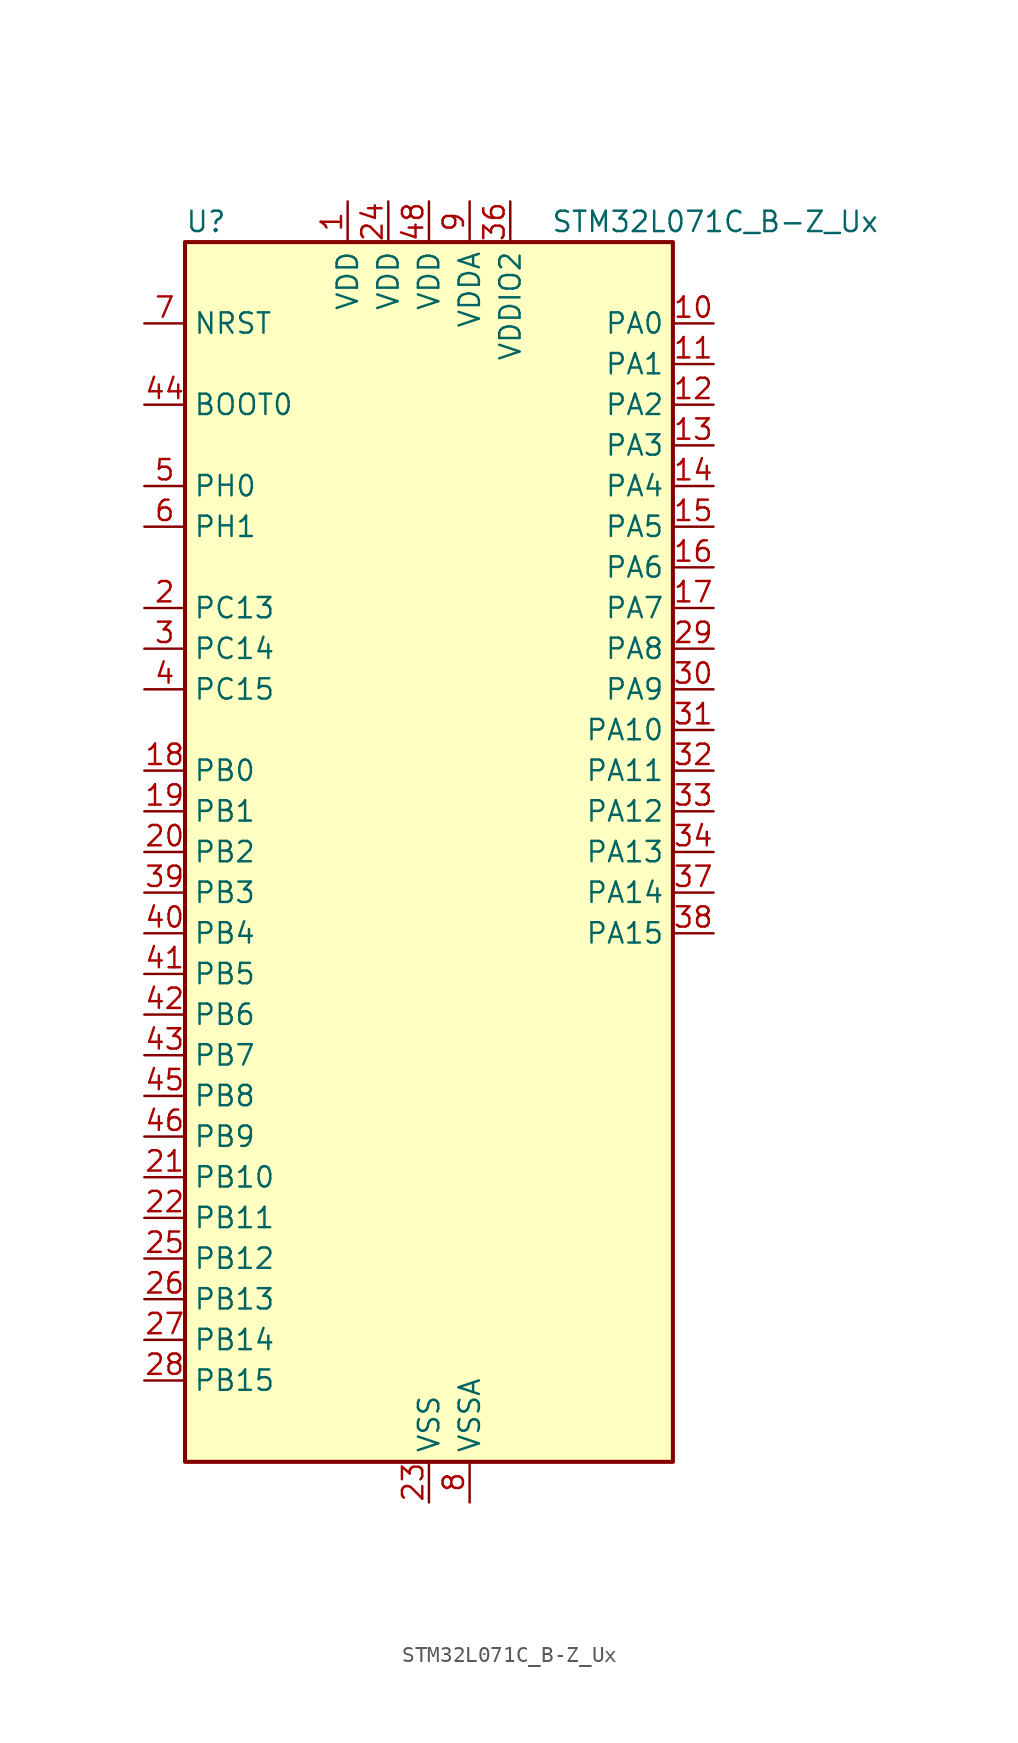
<source format=kicad_sym>
(kicad_symbol_lib
  (version 20241209)
  (generator "kicad_symbol_editor")
  (generator_version "9.0")
  (symbol "STM32L071C_B-Z_Ux"
    (property "Reference" "U"
      (at -15.24 39.37 0)
      (effects (font (size 1.27 1.27)) (justify left)))
    (property "Value" "STM32L071C_B-Z_Ux"
      (at 7.62 39.37 0)
      (effects (font (size 1.27 1.27)) (justify left)))
    (symbol "STM32L071C_B-Z_Ux_0_1"
      (rectangle (start -15.24 -38.1) (end 15.24 38.1) (stroke (width 0.254) (type default)) (fill (type background))))
    (symbol "STM32L071C_B-Z_Ux_1_1"
      (pin input line (at -17.78 33.02 0) (length 2.54) (name "NRST" (effects (font (size 1.27 1.27)))) (number "7" (effects (font (size 1.27 1.27)))))
      (pin input line (at -17.78 27.94 0) (length 2.54) (name "BOOT0" (effects (font (size 1.27 1.27)))) (number "44" (effects (font (size 1.27 1.27)))))
      (pin bidirectional line (at -17.78 22.86 0) (length 2.54) (name "PH0" (effects (font (size 1.27 1.27)))) (number "5" (effects (font (size 1.27 1.27)))) (alternate "RCC_OSC_IN" bidirectional line))
      (pin bidirectional line (at -17.78 20.32 0) (length 2.54) (name "PH1" (effects (font (size 1.27 1.27)))) (number "6" (effects (font (size 1.27 1.27)))) (alternate "RCC_OSC_OUT" bidirectional line))
      (pin bidirectional line (at -17.78 15.24 0) (length 2.54) (name "PC13" (effects (font (size 1.27 1.27)))) (number "2" (effects (font (size 1.27 1.27)))) (alternate "RTC_OUT_ALARM" bidirectional line) (alternate "RTC_OUT_CALIB" bidirectional line) (alternate "RTC_TAMP1" bidirectional line) (alternate "RTC_TS" bidirectional line) (alternate "SYS_WKUP2" bidirectional line))
      (pin bidirectional line (at -17.78 12.7 0) (length 2.54) (name "PC14" (effects (font (size 1.27 1.27)))) (number "3" (effects (font (size 1.27 1.27)))) (alternate "RCC_OSC32_IN" bidirectional line))
      (pin bidirectional line (at -17.78 10.16 0) (length 2.54) (name "PC15" (effects (font (size 1.27 1.27)))) (number "4" (effects (font (size 1.27 1.27)))) (alternate "RCC_OSC32_OUT" bidirectional line))
      (pin bidirectional line (at -17.78 5.08 0) (length 2.54) (name "PB0" (effects (font (size 1.27 1.27)))) (number "18" (effects (font (size 1.27 1.27)))) (alternate "ADC_IN8" bidirectional line) (alternate "SYS_VREF_OUT_PB0" bidirectional line) (alternate "TIM3_CH3" bidirectional line))
      (pin bidirectional line (at -17.78 2.54 0) (length 2.54) (name "PB1" (effects (font (size 1.27 1.27)))) (number "19" (effects (font (size 1.27 1.27)))) (alternate "ADC_IN9" bidirectional line) (alternate "LPUART1_DE" bidirectional line) (alternate "LPUART1_RTS" bidirectional line) (alternate "SYS_VREF_OUT_PB1" bidirectional line) (alternate "TIM3_CH4" bidirectional line))
      (pin bidirectional line (at -17.78 0 0) (length 2.54) (name "PB2" (effects (font (size 1.27 1.27)))) (number "20" (effects (font (size 1.27 1.27)))) (alternate "I2C3_SMBA" bidirectional line) (alternate "LPTIM1_OUT" bidirectional line))
      (pin bidirectional line (at -17.78 -2.54 0) (length 2.54) (name "PB3" (effects (font (size 1.27 1.27)))) (number "39" (effects (font (size 1.27 1.27)))) (alternate "COMP2_INM" bidirectional line) (alternate "SPI1_SCK" bidirectional line) (alternate "TIM2_CH2" bidirectional line) (alternate "USART1_DE" bidirectional line) (alternate "USART1_RTS" bidirectional line) (alternate "USART5_TX" bidirectional line))
      (pin bidirectional line (at -17.78 -5.08 0) (length 2.54) (name "PB4" (effects (font (size 1.27 1.27)))) (number "40" (effects (font (size 1.27 1.27)))) (alternate "COMP2_INP" bidirectional line) (alternate "I2C3_SDA" bidirectional line) (alternate "SPI1_MISO" bidirectional line) (alternate "TIM22_CH1" bidirectional line) (alternate "TIM3_CH1" bidirectional line) (alternate "USART1_CTS" bidirectional line) (alternate "USART5_RX" bidirectional line))
      (pin bidirectional line (at -17.78 -7.62 0) (length 2.54) (name "PB5" (effects (font (size 1.27 1.27)))) (number "41" (effects (font (size 1.27 1.27)))) (alternate "COMP2_INP" bidirectional line) (alternate "I2C1_SMBA" bidirectional line) (alternate "LPTIM1_IN1" bidirectional line) (alternate "SPI1_MOSI" bidirectional line) (alternate "TIM22_CH2" bidirectional line) (alternate "TIM3_CH2" bidirectional line) (alternate "USART1_CK" bidirectional line) (alternate "USART5_CK" bidirectional line) (alternate "USART5_DE" bidirectional line) (alternate "USART5_RTS" bidirectional line))
      (pin bidirectional line (at -17.78 -10.16 0) (length 2.54) (name "PB6" (effects (font (size 1.27 1.27)))) (number "42" (effects (font (size 1.27 1.27)))) (alternate "COMP2_INP" bidirectional line) (alternate "I2C1_SCL" bidirectional line) (alternate "LPTIM1_ETR" bidirectional line) (alternate "USART1_TX" bidirectional line))
      (pin bidirectional line (at -17.78 -12.7 0) (length 2.54) (name "PB7" (effects (font (size 1.27 1.27)))) (number "43" (effects (font (size 1.27 1.27)))) (alternate "COMP2_INP" bidirectional line) (alternate "I2C1_SDA" bidirectional line) (alternate "LPTIM1_IN2" bidirectional line) (alternate "SYS_PVD_IN" bidirectional line) (alternate "USART1_RX" bidirectional line) (alternate "USART4_CTS" bidirectional line))
      (pin bidirectional line (at -17.78 -15.24 0) (length 2.54) (name "PB8" (effects (font (size 1.27 1.27)))) (number "45" (effects (font (size 1.27 1.27)))) (alternate "I2C1_SCL" bidirectional line))
      (pin bidirectional line (at -17.78 -17.78 0) (length 2.54) (name "PB9" (effects (font (size 1.27 1.27)))) (number "46" (effects (font (size 1.27 1.27)))) (alternate "I2C1_SDA" bidirectional line) (alternate "I2S2_WS" bidirectional line) (alternate "SPI2_NSS" bidirectional line))
      (pin bidirectional line (at -17.78 -20.32 0) (length 2.54) (name "PB10" (effects (font (size 1.27 1.27)))) (number "21" (effects (font (size 1.27 1.27)))) (alternate "I2C2_SCL" bidirectional line) (alternate "LPUART1_RX" bidirectional line) (alternate "LPUART1_TX" bidirectional line) (alternate "SPI2_SCK" bidirectional line) (alternate "TIM2_CH3" bidirectional line))
      (pin bidirectional line (at -17.78 -22.86 0) (length 2.54) (name "PB11" (effects (font (size 1.27 1.27)))) (number "22" (effects (font (size 1.27 1.27)))) (alternate "ADC_EXTI11" bidirectional line) (alternate "I2C2_SDA" bidirectional line) (alternate "LPUART1_RX" bidirectional line) (alternate "LPUART1_TX" bidirectional line) (alternate "TIM2_CH4" bidirectional line))
      (pin bidirectional line (at -17.78 -25.4 0) (length 2.54) (name "PB12" (effects (font (size 1.27 1.27)))) (number "25" (effects (font (size 1.27 1.27)))) (alternate "I2S2_WS" bidirectional line) (alternate "LPUART1_DE" bidirectional line) (alternate "LPUART1_RTS" bidirectional line) (alternate "SPI2_NSS" bidirectional line))
      (pin bidirectional line (at -17.78 -27.94 0) (length 2.54) (name "PB13" (effects (font (size 1.27 1.27)))) (number "26" (effects (font (size 1.27 1.27)))) (alternate "I2C2_SCL" bidirectional line) (alternate "I2S2_CK" bidirectional line) (alternate "LPUART1_CTS" bidirectional line) (alternate "RCC_MCO" bidirectional line) (alternate "SPI2_SCK" bidirectional line) (alternate "TIM21_CH1" bidirectional line))
      (pin bidirectional line (at -17.78 -30.48 0) (length 2.54) (name "PB14" (effects (font (size 1.27 1.27)))) (number "27" (effects (font (size 1.27 1.27)))) (alternate "I2C2_SDA" bidirectional line) (alternate "I2S2_MCK" bidirectional line) (alternate "LPUART1_DE" bidirectional line) (alternate "LPUART1_RTS" bidirectional line) (alternate "RTC_OUT_ALARM" bidirectional line) (alternate "RTC_OUT_CALIB" bidirectional line) (alternate "SPI2_MISO" bidirectional line) (alternate "TIM21_CH2" bidirectional line))
      (pin bidirectional line (at -17.78 -33.02 0) (length 2.54) (name "PB15" (effects (font (size 1.27 1.27)))) (number "28" (effects (font (size 1.27 1.27)))) (alternate "I2S2_SD" bidirectional line) (alternate "RTC_REFIN" bidirectional line) (alternate "SPI2_MOSI" bidirectional line))
      (pin power_in line (at -5.08 40.64 270) (length 2.54) (name "VDD" (effects (font (size 1.27 1.27)))) (number "1" (effects (font (size 1.27 1.27)))))
      (pin power_in line (at -2.54 40.64 270) (length 2.54) (name "VDD" (effects (font (size 1.27 1.27)))) (number "24" (effects (font (size 1.27 1.27)))))
      (pin power_in line (at 0 40.64 270) (length 2.54) (name "VDD" (effects (font (size 1.27 1.27)))) (number "48" (effects (font (size 1.27 1.27)))))
      (pin power_in line (at 0 -40.64 90) (length 2.54) (name "VSS" (effects (font (size 1.27 1.27)))) (number "23" (effects (font (size 1.27 1.27)))))
      (pin passive line (at 0 -40.64 90) (length 2.54) (hide yes) (name "VSS" (effects (font (size 1.27 1.27)))) (number "35" (effects (font (size 1.27 1.27)))))
      (pin passive line (at 0 -40.64 90) (length 2.54) (hide yes) (name "VSS" (effects (font (size 1.27 1.27)))) (number "47" (effects (font (size 1.27 1.27)))))
      (pin passive line (at 0 -40.64 90) (length 2.54) (hide yes) (name "VSS" (effects (font (size 1.27 1.27)))) (number "49" (effects (font (size 1.27 1.27)))))
      (pin power_in line (at 2.54 40.64 270) (length 2.54) (name "VDDA" (effects (font (size 1.27 1.27)))) (number "9" (effects (font (size 1.27 1.27)))))
      (pin power_in line (at 2.54 -40.64 90) (length 2.54) (name "VSSA" (effects (font (size 1.27 1.27)))) (number "8" (effects (font (size 1.27 1.27)))))
      (pin power_in line (at 5.08 40.64 270) (length 2.54) (name "VDDIO2" (effects (font (size 1.27 1.27)))) (number "36" (effects (font (size 1.27 1.27)))))
      (pin bidirectional line (at 17.78 33.02 180) (length 2.54) (name "PA0" (effects (font (size 1.27 1.27)))) (number "10" (effects (font (size 1.27 1.27)))) (alternate "ADC_IN0" bidirectional line) (alternate "COMP1_INM" bidirectional line) (alternate "COMP1_OUT" bidirectional line) (alternate "RTC_TAMP2" bidirectional line) (alternate "SYS_WKUP1" bidirectional line) (alternate "TIM2_CH1" bidirectional line) (alternate "TIM2_ETR" bidirectional line) (alternate "USART2_CTS" bidirectional line) (alternate "USART4_TX" bidirectional line))
      (pin bidirectional line (at 17.78 30.48 180) (length 2.54) (name "PA1" (effects (font (size 1.27 1.27)))) (number "11" (effects (font (size 1.27 1.27)))) (alternate "ADC_IN1" bidirectional line) (alternate "COMP1_INP" bidirectional line) (alternate "TIM21_ETR" bidirectional line) (alternate "TIM2_CH2" bidirectional line) (alternate "USART2_DE" bidirectional line) (alternate "USART2_RTS" bidirectional line) (alternate "USART4_RX" bidirectional line))
      (pin bidirectional line (at 17.78 27.94 180) (length 2.54) (name "PA2" (effects (font (size 1.27 1.27)))) (number "12" (effects (font (size 1.27 1.27)))) (alternate "ADC_IN2" bidirectional line) (alternate "COMP2_INM" bidirectional line) (alternate "COMP2_OUT" bidirectional line) (alternate "LPUART1_TX" bidirectional line) (alternate "TIM21_CH1" bidirectional line) (alternate "TIM2_CH3" bidirectional line) (alternate "USART2_TX" bidirectional line))
      (pin bidirectional line (at 17.78 25.4 180) (length 2.54) (name "PA3" (effects (font (size 1.27 1.27)))) (number "13" (effects (font (size 1.27 1.27)))) (alternate "ADC_IN3" bidirectional line) (alternate "COMP2_INP" bidirectional line) (alternate "LPUART1_RX" bidirectional line) (alternate "TIM21_CH2" bidirectional line) (alternate "TIM2_CH4" bidirectional line) (alternate "USART2_RX" bidirectional line))
      (pin bidirectional line (at 17.78 22.86 180) (length 2.54) (name "PA4" (effects (font (size 1.27 1.27)))) (number "14" (effects (font (size 1.27 1.27)))) (alternate "ADC_IN4" bidirectional line) (alternate "COMP1_INM" bidirectional line) (alternate "COMP2_INM" bidirectional line) (alternate "SPI1_NSS" bidirectional line) (alternate "TIM22_ETR" bidirectional line) (alternate "USART2_CK" bidirectional line))
      (pin bidirectional line (at 17.78 20.32 180) (length 2.54) (name "PA5" (effects (font (size 1.27 1.27)))) (number "15" (effects (font (size 1.27 1.27)))) (alternate "ADC_IN5" bidirectional line) (alternate "COMP1_INM" bidirectional line) (alternate "COMP2_INM" bidirectional line) (alternate "SPI1_SCK" bidirectional line) (alternate "TIM2_CH1" bidirectional line) (alternate "TIM2_ETR" bidirectional line))
      (pin bidirectional line (at 17.78 17.78 180) (length 2.54) (name "PA6" (effects (font (size 1.27 1.27)))) (number "16" (effects (font (size 1.27 1.27)))) (alternate "ADC_IN6" bidirectional line) (alternate "COMP1_OUT" bidirectional line) (alternate "LPUART1_CTS" bidirectional line) (alternate "SPI1_MISO" bidirectional line) (alternate "TIM22_CH1" bidirectional line) (alternate "TIM3_CH1" bidirectional line))
      (pin bidirectional line (at 17.78 15.24 180) (length 2.54) (name "PA7" (effects (font (size 1.27 1.27)))) (number "17" (effects (font (size 1.27 1.27)))) (alternate "ADC_IN7" bidirectional line) (alternate "COMP2_OUT" bidirectional line) (alternate "SPI1_MOSI" bidirectional line) (alternate "TIM22_CH2" bidirectional line) (alternate "TIM3_CH2" bidirectional line))
      (pin bidirectional line (at 17.78 12.7 180) (length 2.54) (name "PA8" (effects (font (size 1.27 1.27)))) (number "29" (effects (font (size 1.27 1.27)))) (alternate "I2C3_SCL" bidirectional line) (alternate "RCC_MCO" bidirectional line) (alternate "USART1_CK" bidirectional line))
      (pin bidirectional line (at 17.78 10.16 180) (length 2.54) (name "PA9" (effects (font (size 1.27 1.27)))) (number "30" (effects (font (size 1.27 1.27)))) (alternate "I2C1_SCL" bidirectional line) (alternate "I2C3_SMBA" bidirectional line) (alternate "RCC_MCO" bidirectional line) (alternate "USART1_TX" bidirectional line))
      (pin bidirectional line (at 17.78 7.62 180) (length 2.54) (name "PA10" (effects (font (size 1.27 1.27)))) (number "31" (effects (font (size 1.27 1.27)))) (alternate "I2C1_SDA" bidirectional line) (alternate "USART1_RX" bidirectional line))
      (pin bidirectional line (at 17.78 5.08 180) (length 2.54) (name "PA11" (effects (font (size 1.27 1.27)))) (number "32" (effects (font (size 1.27 1.27)))) (alternate "ADC_EXTI11" bidirectional line) (alternate "COMP1_OUT" bidirectional line) (alternate "SPI1_MISO" bidirectional line) (alternate "USART1_CTS" bidirectional line))
      (pin bidirectional line (at 17.78 2.54 180) (length 2.54) (name "PA12" (effects (font (size 1.27 1.27)))) (number "33" (effects (font (size 1.27 1.27)))) (alternate "COMP2_OUT" bidirectional line) (alternate "SPI1_MOSI" bidirectional line) (alternate "USART1_DE" bidirectional line) (alternate "USART1_RTS" bidirectional line))
      (pin bidirectional line (at 17.78 0 180) (length 2.54) (name "PA13" (effects (font (size 1.27 1.27)))) (number "34" (effects (font (size 1.27 1.27)))) (alternate "LPUART1_RX" bidirectional line) (alternate "SYS_SWDIO" bidirectional line))
      (pin bidirectional line (at 17.78 -2.54 180) (length 2.54) (name "PA14" (effects (font (size 1.27 1.27)))) (number "37" (effects (font (size 1.27 1.27)))) (alternate "LPUART1_TX" bidirectional line) (alternate "SYS_SWCLK" bidirectional line) (alternate "USART2_TX" bidirectional line))
      (pin bidirectional line (at 17.78 -5.08 180) (length 2.54) (name "PA15" (effects (font (size 1.27 1.27)))) (number "38" (effects (font (size 1.27 1.27)))) (alternate "SPI1_NSS" bidirectional line) (alternate "TIM2_CH1" bidirectional line) (alternate "TIM2_ETR" bidirectional line) (alternate "USART2_RX" bidirectional line) (alternate "USART4_DE" bidirectional line) (alternate "USART4_RTS" bidirectional line)))))
</source>
